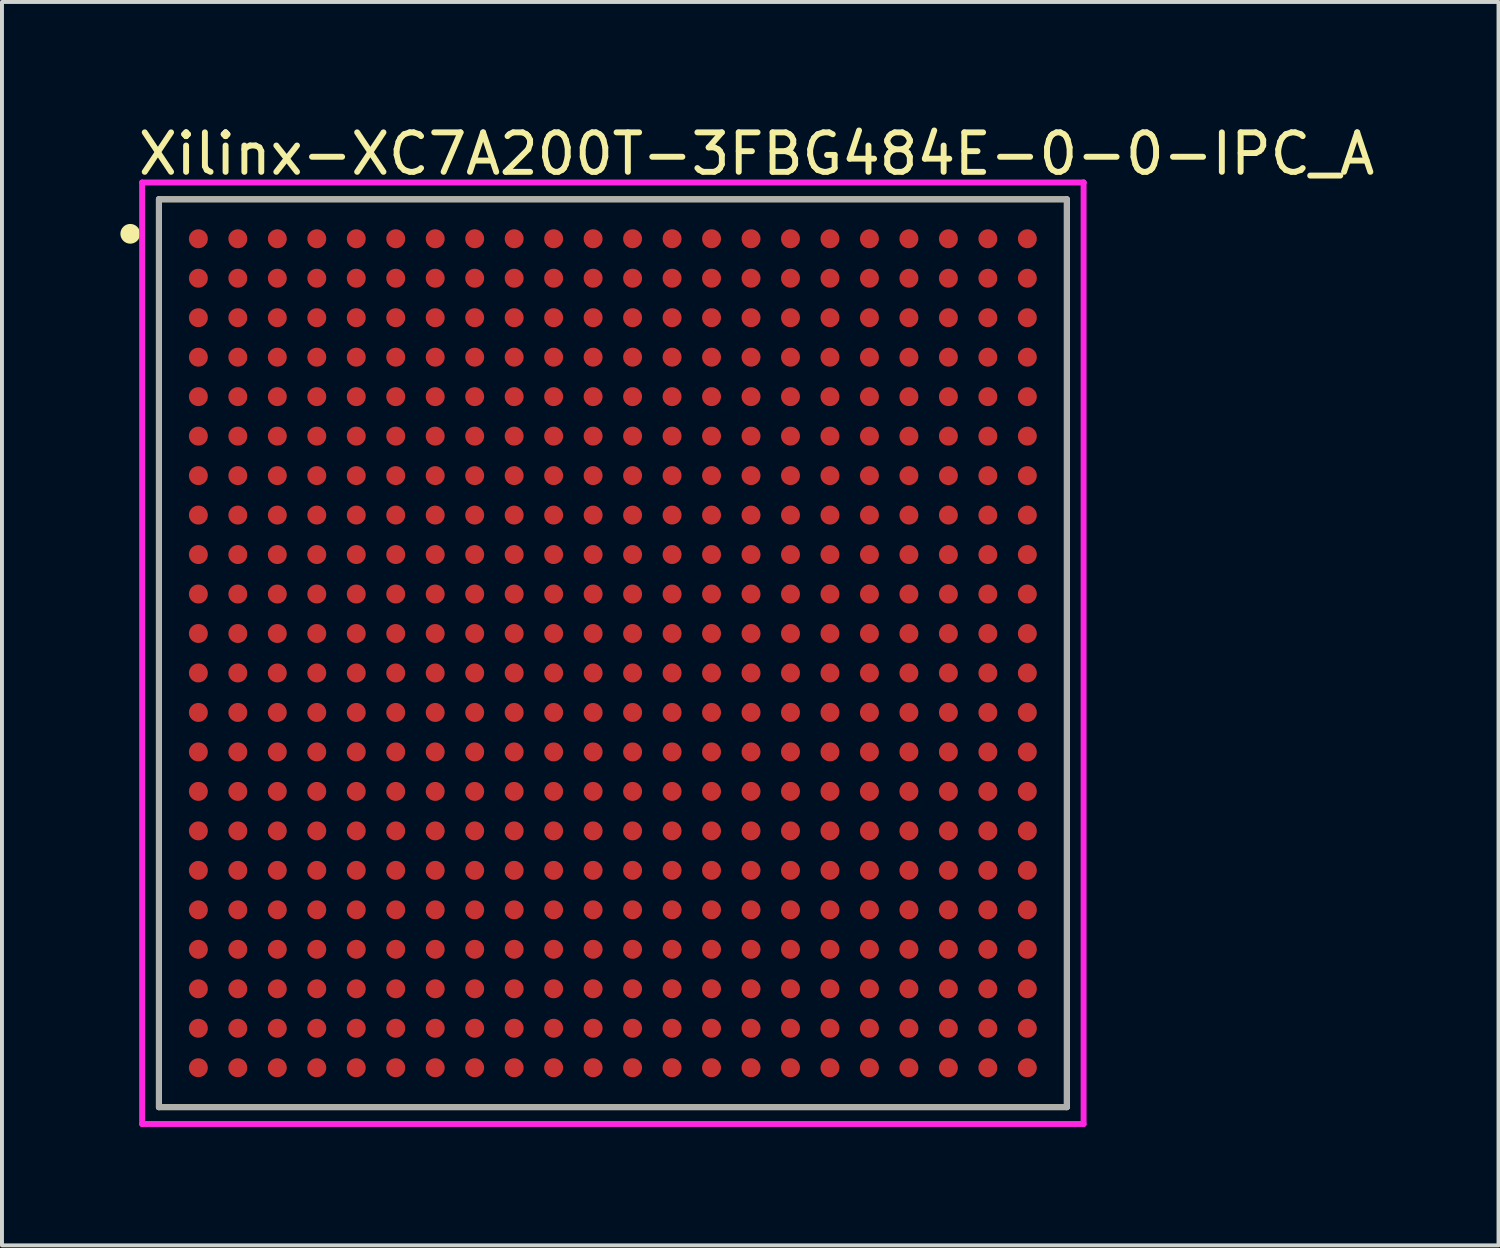
<source format=kicad_pcb>
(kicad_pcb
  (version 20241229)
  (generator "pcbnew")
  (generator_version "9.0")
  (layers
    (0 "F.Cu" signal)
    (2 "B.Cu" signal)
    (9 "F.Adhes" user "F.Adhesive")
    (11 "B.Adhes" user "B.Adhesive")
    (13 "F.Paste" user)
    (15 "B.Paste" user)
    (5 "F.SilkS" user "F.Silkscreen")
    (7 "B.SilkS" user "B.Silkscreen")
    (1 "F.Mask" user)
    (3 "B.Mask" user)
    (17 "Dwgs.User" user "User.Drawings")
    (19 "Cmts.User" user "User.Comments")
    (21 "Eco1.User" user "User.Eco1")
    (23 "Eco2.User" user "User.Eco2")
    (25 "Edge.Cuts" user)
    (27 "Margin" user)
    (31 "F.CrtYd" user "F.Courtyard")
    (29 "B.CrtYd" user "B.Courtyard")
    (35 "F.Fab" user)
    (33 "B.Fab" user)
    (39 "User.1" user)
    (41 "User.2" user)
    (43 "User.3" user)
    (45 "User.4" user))
  (footprint "Xilinx-XC7A200T-3FBG484E-0-0-IPC_A"
    (layer "F.Cu")
    (at 12.475 13.498)
    (property "Reference" "Xilinx-XC7A200T-3FBG484E-0-0-IPC_A" (at -12.1 -12.65 0) (layer "F.SilkS") (effects (font (size 1 1) (thickness 0.15)) (justify left)))
    (attr through_hole)
    (fp_line (start -11.5 -11.5) (end 11.5 -11.5) (stroke (width 0.15) (type solid)) (layer "F.SilkS"))
    (fp_line (start -11.5 11.5) (end -11.5 -11.5) (stroke (width 0.15) (type solid)) (layer "F.SilkS"))
    (fp_line (start 11.5 -11.5) (end 11.5 11.5) (stroke (width 0.15) (type solid)) (layer "F.SilkS"))
    (fp_line (start 11.5 11.5) (end -11.5 11.5) (stroke (width 0.15) (type solid)) (layer "F.SilkS"))
    (fp_circle (center -12.225 -10.625) (end -12.1 -10.625) (stroke (width 0.25) (type solid)) (fill no) (layer "F.SilkS"))
    (fp_line (start -11.925 -11.925) (end -11.925 11.925) (stroke (width 0.15) (type solid)) (layer "F.CrtYd"))
    (fp_line (start -11.925 11.925) (end 11.925 11.925) (stroke (width 0.15) (type solid)) (layer "F.CrtYd"))
    (fp_line (start 11.925 -11.925) (end -11.925 -11.925) (stroke (width 0.15) (type solid)) (layer "F.CrtYd"))
    (fp_line (start 11.925 -11.925) (end 11.925 -11.925) (stroke (width 0.15) (type solid)) (layer "F.CrtYd"))
    (fp_line (start 11.925 11.925) (end 11.925 -11.925) (stroke (width 0.15) (type solid)) (layer "F.CrtYd"))
    (fp_line (start -11.5 -11.5) (end 11.5 -11.5) (stroke (width 0.15) (type solid)) (layer "F.Fab"))
    (fp_line (start -11.5 11.5) (end -11.5 -11.5) (stroke (width 0.15) (type solid)) (layer "F.Fab"))
    (fp_line (start 11.5 -11.5) (end 11.5 11.5) (stroke (width 0.15) (type solid)) (layer "F.Fab"))
    (fp_line (start 11.5 11.5) (end -11.5 11.5) (stroke (width 0.15) (type solid)) (layer "F.Fab"))
    (pad "A1" smd circle (at -10.5 -10.5) (size 0.48 0.48) (layers "F.Cu" "F.Mask" "F.Paste"))
    (pad "A2" smd circle (at -9.5 -10.5) (size 0.48 0.48) (layers "F.Cu" "F.Mask" "F.Paste"))
    (pad "A3" smd circle (at -8.5 -10.5) (size 0.48 0.48) (layers "F.Cu" "F.Mask" "F.Paste"))
    (pad "A4" smd circle (at -7.5 -10.5) (size 0.48 0.48) (layers "F.Cu" "F.Mask" "F.Paste"))
    (pad "A5" smd circle (at -6.5 -10.5) (size 0.48 0.48) (layers "F.Cu" "F.Mask" "F.Paste"))
    (pad "A6" smd circle (at -5.5 -10.5) (size 0.48 0.48) (layers "F.Cu" "F.Mask" "F.Paste"))
    (pad "A7" smd circle (at -4.5 -10.5) (size 0.48 0.48) (layers "F.Cu" "F.Mask" "F.Paste"))
    (pad "A8" smd circle (at -3.5 -10.5) (size 0.48 0.48) (layers "F.Cu" "F.Mask" "F.Paste"))
    (pad "A9" smd circle (at -2.5 -10.5) (size 0.48 0.48) (layers "F.Cu" "F.Mask" "F.Paste"))
    (pad "A10" smd circle (at -1.5 -10.5) (size 0.48 0.48) (layers "F.Cu" "F.Mask" "F.Paste"))
    (pad "A11" smd circle (at -0.5 -10.5) (size 0.48 0.48) (layers "F.Cu" "F.Mask" "F.Paste"))
    (pad "A12" smd circle (at 0.5 -10.5) (size 0.48 0.48) (layers "F.Cu" "F.Mask" "F.Paste"))
    (pad "A13" smd circle (at 1.5 -10.5) (size 0.48 0.48) (layers "F.Cu" "F.Mask" "F.Paste"))
    (pad "A14" smd circle (at 2.5 -10.5) (size 0.48 0.48) (layers "F.Cu" "F.Mask" "F.Paste"))
    (pad "A15" smd circle (at 3.5 -10.5) (size 0.48 0.48) (layers "F.Cu" "F.Mask" "F.Paste"))
    (pad "A16" smd circle (at 4.5 -10.5) (size 0.48 0.48) (layers "F.Cu" "F.Mask" "F.Paste"))
    (pad "A17" smd circle (at 5.5 -10.5) (size 0.48 0.48) (layers "F.Cu" "F.Mask" "F.Paste"))
    (pad "A18" smd circle (at 6.5 -10.5) (size 0.48 0.48) (layers "F.Cu" "F.Mask" "F.Paste"))
    (pad "A19" smd circle (at 7.5 -10.5) (size 0.48 0.48) (layers "F.Cu" "F.Mask" "F.Paste"))
    (pad "A20" smd circle (at 8.5 -10.5) (size 0.48 0.48) (layers "F.Cu" "F.Mask" "F.Paste"))
    (pad "A21" smd circle (at 9.5 -10.5) (size 0.48 0.48) (layers "F.Cu" "F.Mask" "F.Paste"))
    (pad "A22" smd circle (at 10.5 -10.5) (size 0.48 0.48) (layers "F.Cu" "F.Mask" "F.Paste"))
    (pad "AA1" smd circle (at -10.5 9.5) (size 0.48 0.48) (layers "F.Cu" "F.Mask" "F.Paste"))
    (pad "AA2" smd circle (at -9.5 9.5) (size 0.48 0.48) (layers "F.Cu" "F.Mask" "F.Paste"))
    (pad "AA3" smd circle (at -8.5 9.5) (size 0.48 0.48) (layers "F.Cu" "F.Mask" "F.Paste"))
    (pad "AA4" smd circle (at -7.5 9.5) (size 0.48 0.48) (layers "F.Cu" "F.Mask" "F.Paste"))
    (pad "AA5" smd circle (at -6.5 9.5) (size 0.48 0.48) (layers "F.Cu" "F.Mask" "F.Paste"))
    (pad "AA6" smd circle (at -5.5 9.5) (size 0.48 0.48) (layers "F.Cu" "F.Mask" "F.Paste"))
    (pad "AA7" smd circle (at -4.5 9.5) (size 0.48 0.48) (layers "F.Cu" "F.Mask" "F.Paste"))
    (pad "AA8" smd circle (at -3.5 9.5) (size 0.48 0.48) (layers "F.Cu" "F.Mask" "F.Paste"))
    (pad "AA9" smd circle (at -2.5 9.5) (size 0.48 0.48) (layers "F.Cu" "F.Mask" "F.Paste"))
    (pad "AA10" smd circle (at -1.5 9.5) (size 0.48 0.48) (layers "F.Cu" "F.Mask" "F.Paste"))
    (pad "AA11" smd circle (at -0.5 9.5) (size 0.48 0.48) (layers "F.Cu" "F.Mask" "F.Paste"))
    (pad "AA12" smd circle (at 0.5 9.5) (size 0.48 0.48) (layers "F.Cu" "F.Mask" "F.Paste"))
    (pad "AA13" smd circle (at 1.5 9.5) (size 0.48 0.48) (layers "F.Cu" "F.Mask" "F.Paste"))
    (pad "AA14" smd circle (at 2.5 9.5) (size 0.48 0.48) (layers "F.Cu" "F.Mask" "F.Paste"))
    (pad "AA15" smd circle (at 3.5 9.5) (size 0.48 0.48) (layers "F.Cu" "F.Mask" "F.Paste"))
    (pad "AA16" smd circle (at 4.5 9.5) (size 0.48 0.48) (layers "F.Cu" "F.Mask" "F.Paste"))
    (pad "AA17" smd circle (at 5.5 9.5) (size 0.48 0.48) (layers "F.Cu" "F.Mask" "F.Paste"))
    (pad "AA18" smd circle (at 6.5 9.5) (size 0.48 0.48) (layers "F.Cu" "F.Mask" "F.Paste"))
    (pad "AA19" smd circle (at 7.5 9.5) (size 0.48 0.48) (layers "F.Cu" "F.Mask" "F.Paste"))
    (pad "AA20" smd circle (at 8.5 9.5) (size 0.48 0.48) (layers "F.Cu" "F.Mask" "F.Paste"))
    (pad "AA21" smd circle (at 9.5 9.5) (size 0.48 0.48) (layers "F.Cu" "F.Mask" "F.Paste"))
    (pad "AA22" smd circle (at 10.5 9.5) (size 0.48 0.48) (layers "F.Cu" "F.Mask" "F.Paste"))
    (pad "AB1" smd circle (at -10.5 10.5) (size 0.48 0.48) (layers "F.Cu" "F.Mask" "F.Paste"))
    (pad "AB2" smd circle (at -9.5 10.5) (size 0.48 0.48) (layers "F.Cu" "F.Mask" "F.Paste"))
    (pad "AB3" smd circle (at -8.5 10.5) (size 0.48 0.48) (layers "F.Cu" "F.Mask" "F.Paste"))
    (pad "AB4" smd circle (at -7.5 10.5) (size 0.48 0.48) (layers "F.Cu" "F.Mask" "F.Paste"))
    (pad "AB5" smd circle (at -6.5 10.5) (size 0.48 0.48) (layers "F.Cu" "F.Mask" "F.Paste"))
    (pad "AB6" smd circle (at -5.5 10.5) (size 0.48 0.48) (layers "F.Cu" "F.Mask" "F.Paste"))
    (pad "AB7" smd circle (at -4.5 10.5) (size 0.48 0.48) (layers "F.Cu" "F.Mask" "F.Paste"))
    (pad "AB8" smd circle (at -3.5 10.5) (size 0.48 0.48) (layers "F.Cu" "F.Mask" "F.Paste"))
    (pad "AB9" smd circle (at -2.5 10.5) (size 0.48 0.48) (layers "F.Cu" "F.Mask" "F.Paste"))
    (pad "AB10" smd circle (at -1.5 10.5) (size 0.48 0.48) (layers "F.Cu" "F.Mask" "F.Paste"))
    (pad "AB11" smd circle (at -0.5 10.5) (size 0.48 0.48) (layers "F.Cu" "F.Mask" "F.Paste"))
    (pad "AB12" smd circle (at 0.5 10.5) (size 0.48 0.48) (layers "F.Cu" "F.Mask" "F.Paste"))
    (pad "AB13" smd circle (at 1.5 10.5) (size 0.48 0.48) (layers "F.Cu" "F.Mask" "F.Paste"))
    (pad "AB14" smd circle (at 2.5 10.5) (size 0.48 0.48) (layers "F.Cu" "F.Mask" "F.Paste"))
    (pad "AB15" smd circle (at 3.5 10.5) (size 0.48 0.48) (layers "F.Cu" "F.Mask" "F.Paste"))
    (pad "AB16" smd circle (at 4.5 10.5) (size 0.48 0.48) (layers "F.Cu" "F.Mask" "F.Paste"))
    (pad "AB17" smd circle (at 5.5 10.5) (size 0.48 0.48) (layers "F.Cu" "F.Mask" "F.Paste"))
    (pad "AB18" smd circle (at 6.5 10.5) (size 0.48 0.48) (layers "F.Cu" "F.Mask" "F.Paste"))
    (pad "AB19" smd circle (at 7.5 10.5) (size 0.48 0.48) (layers "F.Cu" "F.Mask" "F.Paste"))
    (pad "AB20" smd circle (at 8.5 10.5) (size 0.48 0.48) (layers "F.Cu" "F.Mask" "F.Paste"))
    (pad "AB21" smd circle (at 9.5 10.5) (size 0.48 0.48) (layers "F.Cu" "F.Mask" "F.Paste"))
    (pad "AB22" smd circle (at 10.5 10.5) (size 0.48 0.48) (layers "F.Cu" "F.Mask" "F.Paste"))
    (pad "B1" smd circle (at -10.5 -9.5) (size 0.48 0.48) (layers "F.Cu" "F.Mask" "F.Paste"))
    (pad "B2" smd circle (at -9.5 -9.5) (size 0.48 0.48) (layers "F.Cu" "F.Mask" "F.Paste"))
    (pad "B3" smd circle (at -8.5 -9.5) (size 0.48 0.48) (layers "F.Cu" "F.Mask" "F.Paste"))
    (pad "B4" smd circle (at -7.5 -9.5) (size 0.48 0.48) (layers "F.Cu" "F.Mask" "F.Paste"))
    (pad "B5" smd circle (at -6.5 -9.5) (size 0.48 0.48) (layers "F.Cu" "F.Mask" "F.Paste"))
    (pad "B6" smd circle (at -5.5 -9.5) (size 0.48 0.48) (layers "F.Cu" "F.Mask" "F.Paste"))
    (pad "B7" smd circle (at -4.5 -9.5) (size 0.48 0.48) (layers "F.Cu" "F.Mask" "F.Paste"))
    (pad "B8" smd circle (at -3.5 -9.5) (size 0.48 0.48) (layers "F.Cu" "F.Mask" "F.Paste"))
    (pad "B9" smd circle (at -2.5 -9.5) (size 0.48 0.48) (layers "F.Cu" "F.Mask" "F.Paste"))
    (pad "B10" smd circle (at -1.5 -9.5) (size 0.48 0.48) (layers "F.Cu" "F.Mask" "F.Paste"))
    (pad "B11" smd circle (at -0.5 -9.5) (size 0.48 0.48) (layers "F.Cu" "F.Mask" "F.Paste"))
    (pad "B12" smd circle (at 0.5 -9.5) (size 0.48 0.48) (layers "F.Cu" "F.Mask" "F.Paste"))
    (pad "B13" smd circle (at 1.5 -9.5) (size 0.48 0.48) (layers "F.Cu" "F.Mask" "F.Paste"))
    (pad "B14" smd circle (at 2.5 -9.5) (size 0.48 0.48) (layers "F.Cu" "F.Mask" "F.Paste"))
    (pad "B15" smd circle (at 3.5 -9.5) (size 0.48 0.48) (layers "F.Cu" "F.Mask" "F.Paste"))
    (pad "B16" smd circle (at 4.5 -9.5) (size 0.48 0.48) (layers "F.Cu" "F.Mask" "F.Paste"))
    (pad "B17" smd circle (at 5.5 -9.5) (size 0.48 0.48) (layers "F.Cu" "F.Mask" "F.Paste"))
    (pad "B18" smd circle (at 6.5 -9.5) (size 0.48 0.48) (layers "F.Cu" "F.Mask" "F.Paste"))
    (pad "B19" smd circle (at 7.5 -9.5) (size 0.48 0.48) (layers "F.Cu" "F.Mask" "F.Paste"))
    (pad "B20" smd circle (at 8.5 -9.5) (size 0.48 0.48) (layers "F.Cu" "F.Mask" "F.Paste"))
    (pad "B21" smd circle (at 9.5 -9.5) (size 0.48 0.48) (layers "F.Cu" "F.Mask" "F.Paste"))
    (pad "B22" smd circle (at 10.5 -9.5) (size 0.48 0.48) (layers "F.Cu" "F.Mask" "F.Paste"))
    (pad "C1" smd circle (at -10.5 -8.5) (size 0.48 0.48) (layers "F.Cu" "F.Mask" "F.Paste"))
    (pad "C2" smd circle (at -9.5 -8.5) (size 0.48 0.48) (layers "F.Cu" "F.Mask" "F.Paste"))
    (pad "C3" smd circle (at -8.5 -8.5) (size 0.48 0.48) (layers "F.Cu" "F.Mask" "F.Paste"))
    (pad "C4" smd circle (at -7.5 -8.5) (size 0.48 0.48) (layers "F.Cu" "F.Mask" "F.Paste"))
    (pad "C5" smd circle (at -6.5 -8.5) (size 0.48 0.48) (layers "F.Cu" "F.Mask" "F.Paste"))
    (pad "C6" smd circle (at -5.5 -8.5) (size 0.48 0.48) (layers "F.Cu" "F.Mask" "F.Paste"))
    (pad "C7" smd circle (at -4.5 -8.5) (size 0.48 0.48) (layers "F.Cu" "F.Mask" "F.Paste"))
    (pad "C8" smd circle (at -3.5 -8.5) (size 0.48 0.48) (layers "F.Cu" "F.Mask" "F.Paste"))
    (pad "C9" smd circle (at -2.5 -8.5) (size 0.48 0.48) (layers "F.Cu" "F.Mask" "F.Paste"))
    (pad "C10" smd circle (at -1.5 -8.5) (size 0.48 0.48) (layers "F.Cu" "F.Mask" "F.Paste"))
    (pad "C11" smd circle (at -0.5 -8.5) (size 0.48 0.48) (layers "F.Cu" "F.Mask" "F.Paste"))
    (pad "C12" smd circle (at 0.5 -8.5) (size 0.48 0.48) (layers "F.Cu" "F.Mask" "F.Paste"))
    (pad "C13" smd circle (at 1.5 -8.5) (size 0.48 0.48) (layers "F.Cu" "F.Mask" "F.Paste"))
    (pad "C14" smd circle (at 2.5 -8.5) (size 0.48 0.48) (layers "F.Cu" "F.Mask" "F.Paste"))
    (pad "C15" smd circle (at 3.5 -8.5) (size 0.48 0.48) (layers "F.Cu" "F.Mask" "F.Paste"))
    (pad "C16" smd circle (at 4.5 -8.5) (size 0.48 0.48) (layers "F.Cu" "F.Mask" "F.Paste"))
    (pad "C17" smd circle (at 5.5 -8.5) (size 0.48 0.48) (layers "F.Cu" "F.Mask" "F.Paste"))
    (pad "C18" smd circle (at 6.5 -8.5) (size 0.48 0.48) (layers "F.Cu" "F.Mask" "F.Paste"))
    (pad "C19" smd circle (at 7.5 -8.5) (size 0.48 0.48) (layers "F.Cu" "F.Mask" "F.Paste"))
    (pad "C20" smd circle (at 8.5 -8.5) (size 0.48 0.48) (layers "F.Cu" "F.Mask" "F.Paste"))
    (pad "C21" smd circle (at 9.5 -8.5) (size 0.48 0.48) (layers "F.Cu" "F.Mask" "F.Paste"))
    (pad "C22" smd circle (at 10.5 -8.5) (size 0.48 0.48) (layers "F.Cu" "F.Mask" "F.Paste"))
    (pad "D1" smd circle (at -10.5 -7.5) (size 0.48 0.48) (layers "F.Cu" "F.Mask" "F.Paste"))
    (pad "D2" smd circle (at -9.5 -7.5) (size 0.48 0.48) (layers "F.Cu" "F.Mask" "F.Paste"))
    (pad "D3" smd circle (at -8.5 -7.5) (size 0.48 0.48) (layers "F.Cu" "F.Mask" "F.Paste"))
    (pad "D4" smd circle (at -7.5 -7.5) (size 0.48 0.48) (layers "F.Cu" "F.Mask" "F.Paste"))
    (pad "D5" smd circle (at -6.5 -7.5) (size 0.48 0.48) (layers "F.Cu" "F.Mask" "F.Paste"))
    (pad "D6" smd circle (at -5.5 -7.5) (size 0.48 0.48) (layers "F.Cu" "F.Mask" "F.Paste"))
    (pad "D7" smd circle (at -4.5 -7.5) (size 0.48 0.48) (layers "F.Cu" "F.Mask" "F.Paste"))
    (pad "D8" smd circle (at -3.5 -7.5) (size 0.48 0.48) (layers "F.Cu" "F.Mask" "F.Paste"))
    (pad "D9" smd circle (at -2.5 -7.5) (size 0.48 0.48) (layers "F.Cu" "F.Mask" "F.Paste"))
    (pad "D10" smd circle (at -1.5 -7.5) (size 0.48 0.48) (layers "F.Cu" "F.Mask" "F.Paste"))
    (pad "D11" smd circle (at -0.5 -7.5) (size 0.48 0.48) (layers "F.Cu" "F.Mask" "F.Paste"))
    (pad "D12" smd circle (at 0.5 -7.5) (size 0.48 0.48) (layers "F.Cu" "F.Mask" "F.Paste"))
    (pad "D13" smd circle (at 1.5 -7.5) (size 0.48 0.48) (layers "F.Cu" "F.Mask" "F.Paste"))
    (pad "D14" smd circle (at 2.5 -7.5) (size 0.48 0.48) (layers "F.Cu" "F.Mask" "F.Paste"))
    (pad "D15" smd circle (at 3.5 -7.5) (size 0.48 0.48) (layers "F.Cu" "F.Mask" "F.Paste"))
    (pad "D16" smd circle (at 4.5 -7.5) (size 0.48 0.48) (layers "F.Cu" "F.Mask" "F.Paste"))
    (pad "D17" smd circle (at 5.5 -7.5) (size 0.48 0.48) (layers "F.Cu" "F.Mask" "F.Paste"))
    (pad "D18" smd circle (at 6.5 -7.5) (size 0.48 0.48) (layers "F.Cu" "F.Mask" "F.Paste"))
    (pad "D19" smd circle (at 7.5 -7.5) (size 0.48 0.48) (layers "F.Cu" "F.Mask" "F.Paste"))
    (pad "D20" smd circle (at 8.5 -7.5) (size 0.48 0.48) (layers "F.Cu" "F.Mask" "F.Paste"))
    (pad "D21" smd circle (at 9.5 -7.5) (size 0.48 0.48) (layers "F.Cu" "F.Mask" "F.Paste"))
    (pad "D22" smd circle (at 10.5 -7.5) (size 0.48 0.48) (layers "F.Cu" "F.Mask" "F.Paste"))
    (pad "E1" smd circle (at -10.5 -6.5) (size 0.48 0.48) (layers "F.Cu" "F.Mask" "F.Paste"))
    (pad "E2" smd circle (at -9.5 -6.5) (size 0.48 0.48) (layers "F.Cu" "F.Mask" "F.Paste"))
    (pad "E3" smd circle (at -8.5 -6.5) (size 0.48 0.48) (layers "F.Cu" "F.Mask" "F.Paste"))
    (pad "E4" smd circle (at -7.5 -6.5) (size 0.48 0.48) (layers "F.Cu" "F.Mask" "F.Paste"))
    (pad "E5" smd circle (at -6.5 -6.5) (size 0.48 0.48) (layers "F.Cu" "F.Mask" "F.Paste"))
    (pad "E6" smd circle (at -5.5 -6.5) (size 0.48 0.48) (layers "F.Cu" "F.Mask" "F.Paste"))
    (pad "E7" smd circle (at -4.5 -6.5) (size 0.48 0.48) (layers "F.Cu" "F.Mask" "F.Paste"))
    (pad "E8" smd circle (at -3.5 -6.5) (size 0.48 0.48) (layers "F.Cu" "F.Mask" "F.Paste"))
    (pad "E9" smd circle (at -2.5 -6.5) (size 0.48 0.48) (layers "F.Cu" "F.Mask" "F.Paste"))
    (pad "E10" smd circle (at -1.5 -6.5) (size 0.48 0.48) (layers "F.Cu" "F.Mask" "F.Paste"))
    (pad "E11" smd circle (at -0.5 -6.5) (size 0.48 0.48) (layers "F.Cu" "F.Mask" "F.Paste"))
    (pad "E12" smd circle (at 0.5 -6.5) (size 0.48 0.48) (layers "F.Cu" "F.Mask" "F.Paste"))
    (pad "E13" smd circle (at 1.5 -6.5) (size 0.48 0.48) (layers "F.Cu" "F.Mask" "F.Paste"))
    (pad "E14" smd circle (at 2.5 -6.5) (size 0.48 0.48) (layers "F.Cu" "F.Mask" "F.Paste"))
    (pad "E15" smd circle (at 3.5 -6.5) (size 0.48 0.48) (layers "F.Cu" "F.Mask" "F.Paste"))
    (pad "E16" smd circle (at 4.5 -6.5) (size 0.48 0.48) (layers "F.Cu" "F.Mask" "F.Paste"))
    (pad "E17" smd circle (at 5.5 -6.5) (size 0.48 0.48) (layers "F.Cu" "F.Mask" "F.Paste"))
    (pad "E18" smd circle (at 6.5 -6.5) (size 0.48 0.48) (layers "F.Cu" "F.Mask" "F.Paste"))
    (pad "E19" smd circle (at 7.5 -6.5) (size 0.48 0.48) (layers "F.Cu" "F.Mask" "F.Paste"))
    (pad "E20" smd circle (at 8.5 -6.5) (size 0.48 0.48) (layers "F.Cu" "F.Mask" "F.Paste"))
    (pad "E21" smd circle (at 9.5 -6.5) (size 0.48 0.48) (layers "F.Cu" "F.Mask" "F.Paste"))
    (pad "E22" smd circle (at 10.5 -6.5) (size 0.48 0.48) (layers "F.Cu" "F.Mask" "F.Paste"))
    (pad "F1" smd circle (at -10.5 -5.5) (size 0.48 0.48) (layers "F.Cu" "F.Mask" "F.Paste"))
    (pad "F2" smd circle (at -9.5 -5.5) (size 0.48 0.48) (layers "F.Cu" "F.Mask" "F.Paste"))
    (pad "F3" smd circle (at -8.5 -5.5) (size 0.48 0.48) (layers "F.Cu" "F.Mask" "F.Paste"))
    (pad "F4" smd circle (at -7.5 -5.5) (size 0.48 0.48) (layers "F.Cu" "F.Mask" "F.Paste"))
    (pad "F5" smd circle (at -6.5 -5.5) (size 0.48 0.48) (layers "F.Cu" "F.Mask" "F.Paste"))
    (pad "F6" smd circle (at -5.5 -5.5) (size 0.48 0.48) (layers "F.Cu" "F.Mask" "F.Paste"))
    (pad "F7" smd circle (at -4.5 -5.5) (size 0.48 0.48) (layers "F.Cu" "F.Mask" "F.Paste"))
    (pad "F8" smd circle (at -3.5 -5.5) (size 0.48 0.48) (layers "F.Cu" "F.Mask" "F.Paste"))
    (pad "F9" smd circle (at -2.5 -5.5) (size 0.48 0.48) (layers "F.Cu" "F.Mask" "F.Paste"))
    (pad "F10" smd circle (at -1.5 -5.5) (size 0.48 0.48) (layers "F.Cu" "F.Mask" "F.Paste"))
    (pad "F11" smd circle (at -0.5 -5.5) (size 0.48 0.48) (layers "F.Cu" "F.Mask" "F.Paste"))
    (pad "F12" smd circle (at 0.5 -5.5) (size 0.48 0.48) (layers "F.Cu" "F.Mask" "F.Paste"))
    (pad "F13" smd circle (at 1.5 -5.5) (size 0.48 0.48) (layers "F.Cu" "F.Mask" "F.Paste"))
    (pad "F14" smd circle (at 2.5 -5.5) (size 0.48 0.48) (layers "F.Cu" "F.Mask" "F.Paste"))
    (pad "F15" smd circle (at 3.5 -5.5) (size 0.48 0.48) (layers "F.Cu" "F.Mask" "F.Paste"))
    (pad "F16" smd circle (at 4.5 -5.5) (size 0.48 0.48) (layers "F.Cu" "F.Mask" "F.Paste"))
    (pad "F17" smd circle (at 5.5 -5.5) (size 0.48 0.48) (layers "F.Cu" "F.Mask" "F.Paste"))
    (pad "F18" smd circle (at 6.5 -5.5) (size 0.48 0.48) (layers "F.Cu" "F.Mask" "F.Paste"))
    (pad "F19" smd circle (at 7.5 -5.5) (size 0.48 0.48) (layers "F.Cu" "F.Mask" "F.Paste"))
    (pad "F20" smd circle (at 8.5 -5.5) (size 0.48 0.48) (layers "F.Cu" "F.Mask" "F.Paste"))
    (pad "F21" smd circle (at 9.5 -5.5) (size 0.48 0.48) (layers "F.Cu" "F.Mask" "F.Paste"))
    (pad "F22" smd circle (at 10.5 -5.5) (size 0.48 0.48) (layers "F.Cu" "F.Mask" "F.Paste"))
    (pad "G1" smd circle (at -10.5 -4.5) (size 0.48 0.48) (layers "F.Cu" "F.Mask" "F.Paste"))
    (pad "G2" smd circle (at -9.5 -4.5) (size 0.48 0.48) (layers "F.Cu" "F.Mask" "F.Paste"))
    (pad "G3" smd circle (at -8.5 -4.5) (size 0.48 0.48) (layers "F.Cu" "F.Mask" "F.Paste"))
    (pad "G4" smd circle (at -7.5 -4.5) (size 0.48 0.48) (layers "F.Cu" "F.Mask" "F.Paste"))
    (pad "G5" smd circle (at -6.5 -4.5) (size 0.48 0.48) (layers "F.Cu" "F.Mask" "F.Paste"))
    (pad "G6" smd circle (at -5.5 -4.5) (size 0.48 0.48) (layers "F.Cu" "F.Mask" "F.Paste"))
    (pad "G7" smd circle (at -4.5 -4.5) (size 0.48 0.48) (layers "F.Cu" "F.Mask" "F.Paste"))
    (pad "G8" smd circle (at -3.5 -4.5) (size 0.48 0.48) (layers "F.Cu" "F.Mask" "F.Paste"))
    (pad "G9" smd circle (at -2.5 -4.5) (size 0.48 0.48) (layers "F.Cu" "F.Mask" "F.Paste"))
    (pad "G10" smd circle (at -1.5 -4.5) (size 0.48 0.48) (layers "F.Cu" "F.Mask" "F.Paste"))
    (pad "G11" smd circle (at -0.5 -4.5) (size 0.48 0.48) (layers "F.Cu" "F.Mask" "F.Paste"))
    (pad "G12" smd circle (at 0.5 -4.5) (size 0.48 0.48) (layers "F.Cu" "F.Mask" "F.Paste"))
    (pad "G13" smd circle (at 1.5 -4.5) (size 0.48 0.48) (layers "F.Cu" "F.Mask" "F.Paste"))
    (pad "G14" smd circle (at 2.5 -4.5) (size 0.48 0.48) (layers "F.Cu" "F.Mask" "F.Paste"))
    (pad "G15" smd circle (at 3.5 -4.5) (size 0.48 0.48) (layers "F.Cu" "F.Mask" "F.Paste"))
    (pad "G16" smd circle (at 4.5 -4.5) (size 0.48 0.48) (layers "F.Cu" "F.Mask" "F.Paste"))
    (pad "G17" smd circle (at 5.5 -4.5) (size 0.48 0.48) (layers "F.Cu" "F.Mask" "F.Paste"))
    (pad "G18" smd circle (at 6.5 -4.5) (size 0.48 0.48) (layers "F.Cu" "F.Mask" "F.Paste"))
    (pad "G19" smd circle (at 7.5 -4.5) (size 0.48 0.48) (layers "F.Cu" "F.Mask" "F.Paste"))
    (pad "G20" smd circle (at 8.5 -4.5) (size 0.48 0.48) (layers "F.Cu" "F.Mask" "F.Paste"))
    (pad "G21" smd circle (at 9.5 -4.5) (size 0.48 0.48) (layers "F.Cu" "F.Mask" "F.Paste"))
    (pad "G22" smd circle (at 10.5 -4.5) (size 0.48 0.48) (layers "F.Cu" "F.Mask" "F.Paste"))
    (pad "H1" smd circle (at -10.5 -3.5) (size 0.48 0.48) (layers "F.Cu" "F.Mask" "F.Paste"))
    (pad "H2" smd circle (at -9.5 -3.5) (size 0.48 0.48) (layers "F.Cu" "F.Mask" "F.Paste"))
    (pad "H3" smd circle (at -8.5 -3.5) (size 0.48 0.48) (layers "F.Cu" "F.Mask" "F.Paste"))
    (pad "H4" smd circle (at -7.5 -3.5) (size 0.48 0.48) (layers "F.Cu" "F.Mask" "F.Paste"))
    (pad "H5" smd circle (at -6.5 -3.5) (size 0.48 0.48) (layers "F.Cu" "F.Mask" "F.Paste"))
    (pad "H6" smd circle (at -5.5 -3.5) (size 0.48 0.48) (layers "F.Cu" "F.Mask" "F.Paste"))
    (pad "H7" smd circle (at -4.5 -3.5) (size 0.48 0.48) (layers "F.Cu" "F.Mask" "F.Paste"))
    (pad "H8" smd circle (at -3.5 -3.5) (size 0.48 0.48) (layers "F.Cu" "F.Mask" "F.Paste"))
    (pad "H9" smd circle (at -2.5 -3.5) (size 0.48 0.48) (layers "F.Cu" "F.Mask" "F.Paste"))
    (pad "H10" smd circle (at -1.5 -3.5) (size 0.48 0.48) (layers "F.Cu" "F.Mask" "F.Paste"))
    (pad "H11" smd circle (at -0.5 -3.5) (size 0.48 0.48) (layers "F.Cu" "F.Mask" "F.Paste"))
    (pad "H12" smd circle (at 0.5 -3.5) (size 0.48 0.48) (layers "F.Cu" "F.Mask" "F.Paste"))
    (pad "H13" smd circle (at 1.5 -3.5) (size 0.48 0.48) (layers "F.Cu" "F.Mask" "F.Paste"))
    (pad "H14" smd circle (at 2.5 -3.5) (size 0.48 0.48) (layers "F.Cu" "F.Mask" "F.Paste"))
    (pad "H15" smd circle (at 3.5 -3.5) (size 0.48 0.48) (layers "F.Cu" "F.Mask" "F.Paste"))
    (pad "H16" smd circle (at 4.5 -3.5) (size 0.48 0.48) (layers "F.Cu" "F.Mask" "F.Paste"))
    (pad "H17" smd circle (at 5.5 -3.5) (size 0.48 0.48) (layers "F.Cu" "F.Mask" "F.Paste"))
    (pad "H18" smd circle (at 6.5 -3.5) (size 0.48 0.48) (layers "F.Cu" "F.Mask" "F.Paste"))
    (pad "H19" smd circle (at 7.5 -3.5) (size 0.48 0.48) (layers "F.Cu" "F.Mask" "F.Paste"))
    (pad "H20" smd circle (at 8.5 -3.5) (size 0.48 0.48) (layers "F.Cu" "F.Mask" "F.Paste"))
    (pad "H21" smd circle (at 9.5 -3.5) (size 0.48 0.48) (layers "F.Cu" "F.Mask" "F.Paste"))
    (pad "H22" smd circle (at 10.5 -3.5) (size 0.48 0.48) (layers "F.Cu" "F.Mask" "F.Paste"))
    (pad "J1" smd circle (at -10.5 -2.5) (size 0.48 0.48) (layers "F.Cu" "F.Mask" "F.Paste"))
    (pad "J2" smd circle (at -9.5 -2.5) (size 0.48 0.48) (layers "F.Cu" "F.Mask" "F.Paste"))
    (pad "J3" smd circle (at -8.5 -2.5) (size 0.48 0.48) (layers "F.Cu" "F.Mask" "F.Paste"))
    (pad "J4" smd circle (at -7.5 -2.5) (size 0.48 0.48) (layers "F.Cu" "F.Mask" "F.Paste"))
    (pad "J5" smd circle (at -6.5 -2.5) (size 0.48 0.48) (layers "F.Cu" "F.Mask" "F.Paste"))
    (pad "J6" smd circle (at -5.5 -2.5) (size 0.48 0.48) (layers "F.Cu" "F.Mask" "F.Paste"))
    (pad "J7" smd circle (at -4.5 -2.5) (size 0.48 0.48) (layers "F.Cu" "F.Mask" "F.Paste"))
    (pad "J8" smd circle (at -3.5 -2.5) (size 0.48 0.48) (layers "F.Cu" "F.Mask" "F.Paste"))
    (pad "J9" smd circle (at -2.5 -2.5) (size 0.48 0.48) (layers "F.Cu" "F.Mask" "F.Paste"))
    (pad "J10" smd circle (at -1.5 -2.5) (size 0.48 0.48) (layers "F.Cu" "F.Mask" "F.Paste"))
    (pad "J11" smd circle (at -0.5 -2.5) (size 0.48 0.48) (layers "F.Cu" "F.Mask" "F.Paste"))
    (pad "J12" smd circle (at 0.5 -2.5) (size 0.48 0.48) (layers "F.Cu" "F.Mask" "F.Paste"))
    (pad "J13" smd circle (at 1.5 -2.5) (size 0.48 0.48) (layers "F.Cu" "F.Mask" "F.Paste"))
    (pad "J14" smd circle (at 2.5 -2.5) (size 0.48 0.48) (layers "F.Cu" "F.Mask" "F.Paste"))
    (pad "J15" smd circle (at 3.5 -2.5) (size 0.48 0.48) (layers "F.Cu" "F.Mask" "F.Paste"))
    (pad "J16" smd circle (at 4.5 -2.5) (size 0.48 0.48) (layers "F.Cu" "F.Mask" "F.Paste"))
    (pad "J17" smd circle (at 5.5 -2.5) (size 0.48 0.48) (layers "F.Cu" "F.Mask" "F.Paste"))
    (pad "J18" smd circle (at 6.5 -2.5) (size 0.48 0.48) (layers "F.Cu" "F.Mask" "F.Paste"))
    (pad "J19" smd circle (at 7.5 -2.5) (size 0.48 0.48) (layers "F.Cu" "F.Mask" "F.Paste"))
    (pad "J20" smd circle (at 8.5 -2.5) (size 0.48 0.48) (layers "F.Cu" "F.Mask" "F.Paste"))
    (pad "J21" smd circle (at 9.5 -2.5) (size 0.48 0.48) (layers "F.Cu" "F.Mask" "F.Paste"))
    (pad "J22" smd circle (at 10.5 -2.5) (size 0.48 0.48) (layers "F.Cu" "F.Mask" "F.Paste"))
    (pad "K1" smd circle (at -10.5 -1.5) (size 0.48 0.48) (layers "F.Cu" "F.Mask" "F.Paste"))
    (pad "K2" smd circle (at -9.5 -1.5) (size 0.48 0.48) (layers "F.Cu" "F.Mask" "F.Paste"))
    (pad "K3" smd circle (at -8.5 -1.5) (size 0.48 0.48) (layers "F.Cu" "F.Mask" "F.Paste"))
    (pad "K4" smd circle (at -7.5 -1.5) (size 0.48 0.48) (layers "F.Cu" "F.Mask" "F.Paste"))
    (pad "K5" smd circle (at -6.5 -1.5) (size 0.48 0.48) (layers "F.Cu" "F.Mask" "F.Paste"))
    (pad "K6" smd circle (at -5.5 -1.5) (size 0.48 0.48) (layers "F.Cu" "F.Mask" "F.Paste"))
    (pad "K7" smd circle (at -4.5 -1.5) (size 0.48 0.48) (layers "F.Cu" "F.Mask" "F.Paste"))
    (pad "K8" smd circle (at -3.5 -1.5) (size 0.48 0.48) (layers "F.Cu" "F.Mask" "F.Paste"))
    (pad "K9" smd circle (at -2.5 -1.5) (size 0.48 0.48) (layers "F.Cu" "F.Mask" "F.Paste"))
    (pad "K10" smd circle (at -1.5 -1.5) (size 0.48 0.48) (layers "F.Cu" "F.Mask" "F.Paste"))
    (pad "K11" smd circle (at -0.5 -1.5) (size 0.48 0.48) (layers "F.Cu" "F.Mask" "F.Paste"))
    (pad "K12" smd circle (at 0.5 -1.5) (size 0.48 0.48) (layers "F.Cu" "F.Mask" "F.Paste"))
    (pad "K13" smd circle (at 1.5 -1.5) (size 0.48 0.48) (layers "F.Cu" "F.Mask" "F.Paste"))
    (pad "K14" smd circle (at 2.5 -1.5) (size 0.48 0.48) (layers "F.Cu" "F.Mask" "F.Paste"))
    (pad "K15" smd circle (at 3.5 -1.5) (size 0.48 0.48) (layers "F.Cu" "F.Mask" "F.Paste"))
    (pad "K16" smd circle (at 4.5 -1.5) (size 0.48 0.48) (layers "F.Cu" "F.Mask" "F.Paste"))
    (pad "K17" smd circle (at 5.5 -1.5) (size 0.48 0.48) (layers "F.Cu" "F.Mask" "F.Paste"))
    (pad "K18" smd circle (at 6.5 -1.5) (size 0.48 0.48) (layers "F.Cu" "F.Mask" "F.Paste"))
    (pad "K19" smd circle (at 7.5 -1.5) (size 0.48 0.48) (layers "F.Cu" "F.Mask" "F.Paste"))
    (pad "K20" smd circle (at 8.5 -1.5) (size 0.48 0.48) (layers "F.Cu" "F.Mask" "F.Paste"))
    (pad "K21" smd circle (at 9.5 -1.5) (size 0.48 0.48) (layers "F.Cu" "F.Mask" "F.Paste"))
    (pad "K22" smd circle (at 10.5 -1.5) (size 0.48 0.48) (layers "F.Cu" "F.Mask" "F.Paste"))
    (pad "L1" smd circle (at -10.5 -0.5) (size 0.48 0.48) (layers "F.Cu" "F.Mask" "F.Paste"))
    (pad "L2" smd circle (at -9.5 -0.5) (size 0.48 0.48) (layers "F.Cu" "F.Mask" "F.Paste"))
    (pad "L3" smd circle (at -8.5 -0.5) (size 0.48 0.48) (layers "F.Cu" "F.Mask" "F.Paste"))
    (pad "L4" smd circle (at -7.5 -0.5) (size 0.48 0.48) (layers "F.Cu" "F.Mask" "F.Paste"))
    (pad "L5" smd circle (at -6.5 -0.5) (size 0.48 0.48) (layers "F.Cu" "F.Mask" "F.Paste"))
    (pad "L6" smd circle (at -5.5 -0.5) (size 0.48 0.48) (layers "F.Cu" "F.Mask" "F.Paste"))
    (pad "L7" smd circle (at -4.5 -0.5) (size 0.48 0.48) (layers "F.Cu" "F.Mask" "F.Paste"))
    (pad "L8" smd circle (at -3.5 -0.5) (size 0.48 0.48) (layers "F.Cu" "F.Mask" "F.Paste"))
    (pad "L9" smd circle (at -2.5 -0.5) (size 0.48 0.48) (layers "F.Cu" "F.Mask" "F.Paste"))
    (pad "L10" smd circle (at -1.5 -0.5) (size 0.48 0.48) (layers "F.Cu" "F.Mask" "F.Paste"))
    (pad "L11" smd circle (at -0.5 -0.5) (size 0.48 0.48) (layers "F.Cu" "F.Mask" "F.Paste"))
    (pad "L12" smd circle (at 0.5 -0.5) (size 0.48 0.48) (layers "F.Cu" "F.Mask" "F.Paste"))
    (pad "L13" smd circle (at 1.5 -0.5) (size 0.48 0.48) (layers "F.Cu" "F.Mask" "F.Paste"))
    (pad "L14" smd circle (at 2.5 -0.5) (size 0.48 0.48) (layers "F.Cu" "F.Mask" "F.Paste"))
    (pad "L15" smd circle (at 3.5 -0.5) (size 0.48 0.48) (layers "F.Cu" "F.Mask" "F.Paste"))
    (pad "L16" smd circle (at 4.5 -0.5) (size 0.48 0.48) (layers "F.Cu" "F.Mask" "F.Paste"))
    (pad "L17" smd circle (at 5.5 -0.5) (size 0.48 0.48) (layers "F.Cu" "F.Mask" "F.Paste"))
    (pad "L18" smd circle (at 6.5 -0.5) (size 0.48 0.48) (layers "F.Cu" "F.Mask" "F.Paste"))
    (pad "L19" smd circle (at 7.5 -0.5) (size 0.48 0.48) (layers "F.Cu" "F.Mask" "F.Paste"))
    (pad "L20" smd circle (at 8.5 -0.5) (size 0.48 0.48) (layers "F.Cu" "F.Mask" "F.Paste"))
    (pad "L21" smd circle (at 9.5 -0.5) (size 0.48 0.48) (layers "F.Cu" "F.Mask" "F.Paste"))
    (pad "L22" smd circle (at 10.5 -0.5) (size 0.48 0.48) (layers "F.Cu" "F.Mask" "F.Paste"))
    (pad "M1" smd circle (at -10.5 0.5) (size 0.48 0.48) (layers "F.Cu" "F.Mask" "F.Paste"))
    (pad "M2" smd circle (at -9.5 0.5) (size 0.48 0.48) (layers "F.Cu" "F.Mask" "F.Paste"))
    (pad "M3" smd circle (at -8.5 0.5) (size 0.48 0.48) (layers "F.Cu" "F.Mask" "F.Paste"))
    (pad "M4" smd circle (at -7.5 0.5) (size 0.48 0.48) (layers "F.Cu" "F.Mask" "F.Paste"))
    (pad "M5" smd circle (at -6.5 0.5) (size 0.48 0.48) (layers "F.Cu" "F.Mask" "F.Paste"))
    (pad "M6" smd circle (at -5.5 0.5) (size 0.48 0.48) (layers "F.Cu" "F.Mask" "F.Paste"))
    (pad "M7" smd circle (at -4.5 0.5) (size 0.48 0.48) (layers "F.Cu" "F.Mask" "F.Paste"))
    (pad "M8" smd circle (at -3.5 0.5) (size 0.48 0.48) (layers "F.Cu" "F.Mask" "F.Paste"))
    (pad "M9" smd circle (at -2.5 0.5) (size 0.48 0.48) (layers "F.Cu" "F.Mask" "F.Paste"))
    (pad "M10" smd circle (at -1.5 0.5) (size 0.48 0.48) (layers "F.Cu" "F.Mask" "F.Paste"))
    (pad "M11" smd circle (at -0.5 0.5) (size 0.48 0.48) (layers "F.Cu" "F.Mask" "F.Paste"))
    (pad "M12" smd circle (at 0.5 0.5) (size 0.48 0.48) (layers "F.Cu" "F.Mask" "F.Paste"))
    (pad "M13" smd circle (at 1.5 0.5) (size 0.48 0.48) (layers "F.Cu" "F.Mask" "F.Paste"))
    (pad "M14" smd circle (at 2.5 0.5) (size 0.48 0.48) (layers "F.Cu" "F.Mask" "F.Paste"))
    (pad "M15" smd circle (at 3.5 0.5) (size 0.48 0.48) (layers "F.Cu" "F.Mask" "F.Paste"))
    (pad "M16" smd circle (at 4.5 0.5) (size 0.48 0.48) (layers "F.Cu" "F.Mask" "F.Paste"))
    (pad "M17" smd circle (at 5.5 0.5) (size 0.48 0.48) (layers "F.Cu" "F.Mask" "F.Paste"))
    (pad "M18" smd circle (at 6.5 0.5) (size 0.48 0.48) (layers "F.Cu" "F.Mask" "F.Paste"))
    (pad "M19" smd circle (at 7.5 0.5) (size 0.48 0.48) (layers "F.Cu" "F.Mask" "F.Paste"))
    (pad "M20" smd circle (at 8.5 0.5) (size 0.48 0.48) (layers "F.Cu" "F.Mask" "F.Paste"))
    (pad "M21" smd circle (at 9.5 0.5) (size 0.48 0.48) (layers "F.Cu" "F.Mask" "F.Paste"))
    (pad "M22" smd circle (at 10.5 0.5) (size 0.48 0.48) (layers "F.Cu" "F.Mask" "F.Paste"))
    (pad "N1" smd circle (at -10.5 1.5) (size 0.48 0.48) (layers "F.Cu" "F.Mask" "F.Paste"))
    (pad "N2" smd circle (at -9.5 1.5) (size 0.48 0.48) (layers "F.Cu" "F.Mask" "F.Paste"))
    (pad "N3" smd circle (at -8.5 1.5) (size 0.48 0.48) (layers "F.Cu" "F.Mask" "F.Paste"))
    (pad "N4" smd circle (at -7.5 1.5) (size 0.48 0.48) (layers "F.Cu" "F.Mask" "F.Paste"))
    (pad "N5" smd circle (at -6.5 1.5) (size 0.48 0.48) (layers "F.Cu" "F.Mask" "F.Paste"))
    (pad "N6" smd circle (at -5.5 1.5) (size 0.48 0.48) (layers "F.Cu" "F.Mask" "F.Paste"))
    (pad "N7" smd circle (at -4.5 1.5) (size 0.48 0.48) (layers "F.Cu" "F.Mask" "F.Paste"))
    (pad "N8" smd circle (at -3.5 1.5) (size 0.48 0.48) (layers "F.Cu" "F.Mask" "F.Paste"))
    (pad "N9" smd circle (at -2.5 1.5) (size 0.48 0.48) (layers "F.Cu" "F.Mask" "F.Paste"))
    (pad "N10" smd circle (at -1.5 1.5) (size 0.48 0.48) (layers "F.Cu" "F.Mask" "F.Paste"))
    (pad "N11" smd circle (at -0.5 1.5) (size 0.48 0.48) (layers "F.Cu" "F.Mask" "F.Paste"))
    (pad "N12" smd circle (at 0.5 1.5) (size 0.48 0.48) (layers "F.Cu" "F.Mask" "F.Paste"))
    (pad "N13" smd circle (at 1.5 1.5) (size 0.48 0.48) (layers "F.Cu" "F.Mask" "F.Paste"))
    (pad "N14" smd circle (at 2.5 1.5) (size 0.48 0.48) (layers "F.Cu" "F.Mask" "F.Paste"))
    (pad "N15" smd circle (at 3.5 1.5) (size 0.48 0.48) (layers "F.Cu" "F.Mask" "F.Paste"))
    (pad "N16" smd circle (at 4.5 1.5) (size 0.48 0.48) (layers "F.Cu" "F.Mask" "F.Paste"))
    (pad "N17" smd circle (at 5.5 1.5) (size 0.48 0.48) (layers "F.Cu" "F.Mask" "F.Paste"))
    (pad "N18" smd circle (at 6.5 1.5) (size 0.48 0.48) (layers "F.Cu" "F.Mask" "F.Paste"))
    (pad "N19" smd circle (at 7.5 1.5) (size 0.48 0.48) (layers "F.Cu" "F.Mask" "F.Paste"))
    (pad "N20" smd circle (at 8.5 1.5) (size 0.48 0.48) (layers "F.Cu" "F.Mask" "F.Paste"))
    (pad "N21" smd circle (at 9.5 1.5) (size 0.48 0.48) (layers "F.Cu" "F.Mask" "F.Paste"))
    (pad "N22" smd circle (at 10.5 1.5) (size 0.48 0.48) (layers "F.Cu" "F.Mask" "F.Paste"))
    (pad "P1" smd circle (at -10.5 2.5) (size 0.48 0.48) (layers "F.Cu" "F.Mask" "F.Paste"))
    (pad "P2" smd circle (at -9.5 2.5) (size 0.48 0.48) (layers "F.Cu" "F.Mask" "F.Paste"))
    (pad "P3" smd circle (at -8.5 2.5) (size 0.48 0.48) (layers "F.Cu" "F.Mask" "F.Paste"))
    (pad "P4" smd circle (at -7.5 2.5) (size 0.48 0.48) (layers "F.Cu" "F.Mask" "F.Paste"))
    (pad "P5" smd circle (at -6.5 2.5) (size 0.48 0.48) (layers "F.Cu" "F.Mask" "F.Paste"))
    (pad "P6" smd circle (at -5.5 2.5) (size 0.48 0.48) (layers "F.Cu" "F.Mask" "F.Paste"))
    (pad "P7" smd circle (at -4.5 2.5) (size 0.48 0.48) (layers "F.Cu" "F.Mask" "F.Paste"))
    (pad "P8" smd circle (at -3.5 2.5) (size 0.48 0.48) (layers "F.Cu" "F.Mask" "F.Paste"))
    (pad "P9" smd circle (at -2.5 2.5) (size 0.48 0.48) (layers "F.Cu" "F.Mask" "F.Paste"))
    (pad "P10" smd circle (at -1.5 2.5) (size 0.48 0.48) (layers "F.Cu" "F.Mask" "F.Paste"))
    (pad "P11" smd circle (at -0.5 2.5) (size 0.48 0.48) (layers "F.Cu" "F.Mask" "F.Paste"))
    (pad "P12" smd circle (at 0.5 2.5) (size 0.48 0.48) (layers "F.Cu" "F.Mask" "F.Paste"))
    (pad "P13" smd circle (at 1.5 2.5) (size 0.48 0.48) (layers "F.Cu" "F.Mask" "F.Paste"))
    (pad "P14" smd circle (at 2.5 2.5) (size 0.48 0.48) (layers "F.Cu" "F.Mask" "F.Paste"))
    (pad "P15" smd circle (at 3.5 2.5) (size 0.48 0.48) (layers "F.Cu" "F.Mask" "F.Paste"))
    (pad "P16" smd circle (at 4.5 2.5) (size 0.48 0.48) (layers "F.Cu" "F.Mask" "F.Paste"))
    (pad "P17" smd circle (at 5.5 2.5) (size 0.48 0.48) (layers "F.Cu" "F.Mask" "F.Paste"))
    (pad "P18" smd circle (at 6.5 2.5) (size 0.48 0.48) (layers "F.Cu" "F.Mask" "F.Paste"))
    (pad "P19" smd circle (at 7.5 2.5) (size 0.48 0.48) (layers "F.Cu" "F.Mask" "F.Paste"))
    (pad "P20" smd circle (at 8.5 2.5) (size 0.48 0.48) (layers "F.Cu" "F.Mask" "F.Paste"))
    (pad "P21" smd circle (at 9.5 2.5) (size 0.48 0.48) (layers "F.Cu" "F.Mask" "F.Paste"))
    (pad "P22" smd circle (at 10.5 2.5) (size 0.48 0.48) (layers "F.Cu" "F.Mask" "F.Paste"))
    (pad "R1" smd circle (at -10.5 3.5) (size 0.48 0.48) (layers "F.Cu" "F.Mask" "F.Paste"))
    (pad "R2" smd circle (at -9.5 3.5) (size 0.48 0.48) (layers "F.Cu" "F.Mask" "F.Paste"))
    (pad "R3" smd circle (at -8.5 3.5) (size 0.48 0.48) (layers "F.Cu" "F.Mask" "F.Paste"))
    (pad "R4" smd circle (at -7.5 3.5) (size 0.48 0.48) (layers "F.Cu" "F.Mask" "F.Paste"))
    (pad "R5" smd circle (at -6.5 3.5) (size 0.48 0.48) (layers "F.Cu" "F.Mask" "F.Paste"))
    (pad "R6" smd circle (at -5.5 3.5) (size 0.48 0.48) (layers "F.Cu" "F.Mask" "F.Paste"))
    (pad "R7" smd circle (at -4.5 3.5) (size 0.48 0.48) (layers "F.Cu" "F.Mask" "F.Paste"))
    (pad "R8" smd circle (at -3.5 3.5) (size 0.48 0.48) (layers "F.Cu" "F.Mask" "F.Paste"))
    (pad "R9" smd circle (at -2.5 3.5) (size 0.48 0.48) (layers "F.Cu" "F.Mask" "F.Paste"))
    (pad "R10" smd circle (at -1.5 3.5) (size 0.48 0.48) (layers "F.Cu" "F.Mask" "F.Paste"))
    (pad "R11" smd circle (at -0.5 3.5) (size 0.48 0.48) (layers "F.Cu" "F.Mask" "F.Paste"))
    (pad "R12" smd circle (at 0.5 3.5) (size 0.48 0.48) (layers "F.Cu" "F.Mask" "F.Paste"))
    (pad "R13" smd circle (at 1.5 3.5) (size 0.48 0.48) (layers "F.Cu" "F.Mask" "F.Paste"))
    (pad "R14" smd circle (at 2.5 3.5) (size 0.48 0.48) (layers "F.Cu" "F.Mask" "F.Paste"))
    (pad "R15" smd circle (at 3.5 3.5) (size 0.48 0.48) (layers "F.Cu" "F.Mask" "F.Paste"))
    (pad "R16" smd circle (at 4.5 3.5) (size 0.48 0.48) (layers "F.Cu" "F.Mask" "F.Paste"))
    (pad "R17" smd circle (at 5.5 3.5) (size 0.48 0.48) (layers "F.Cu" "F.Mask" "F.Paste"))
    (pad "R18" smd circle (at 6.5 3.5) (size 0.48 0.48) (layers "F.Cu" "F.Mask" "F.Paste"))
    (pad "R19" smd circle (at 7.5 3.5) (size 0.48 0.48) (layers "F.Cu" "F.Mask" "F.Paste"))
    (pad "R20" smd circle (at 8.5 3.5) (size 0.48 0.48) (layers "F.Cu" "F.Mask" "F.Paste"))
    (pad "R21" smd circle (at 9.5 3.5) (size 0.48 0.48) (layers "F.Cu" "F.Mask" "F.Paste"))
    (pad "R22" smd circle (at 10.5 3.5) (size 0.48 0.48) (layers "F.Cu" "F.Mask" "F.Paste"))
    (pad "T1" smd circle (at -10.5 4.5) (size 0.48 0.48) (layers "F.Cu" "F.Mask" "F.Paste"))
    (pad "T2" smd circle (at -9.5 4.5) (size 0.48 0.48) (layers "F.Cu" "F.Mask" "F.Paste"))
    (pad "T3" smd circle (at -8.5 4.5) (size 0.48 0.48) (layers "F.Cu" "F.Mask" "F.Paste"))
    (pad "T4" smd circle (at -7.5 4.5) (size 0.48 0.48) (layers "F.Cu" "F.Mask" "F.Paste"))
    (pad "T5" smd circle (at -6.5 4.5) (size 0.48 0.48) (layers "F.Cu" "F.Mask" "F.Paste"))
    (pad "T6" smd circle (at -5.5 4.5) (size 0.48 0.48) (layers "F.Cu" "F.Mask" "F.Paste"))
    (pad "T7" smd circle (at -4.5 4.5) (size 0.48 0.48) (layers "F.Cu" "F.Mask" "F.Paste"))
    (pad "T8" smd circle (at -3.5 4.5) (size 0.48 0.48) (layers "F.Cu" "F.Mask" "F.Paste"))
    (pad "T9" smd circle (at -2.5 4.5) (size 0.48 0.48) (layers "F.Cu" "F.Mask" "F.Paste"))
    (pad "T10" smd circle (at -1.5 4.5) (size 0.48 0.48) (layers "F.Cu" "F.Mask" "F.Paste"))
    (pad "T11" smd circle (at -0.5 4.5) (size 0.48 0.48) (layers "F.Cu" "F.Mask" "F.Paste"))
    (pad "T12" smd circle (at 0.5 4.5) (size 0.48 0.48) (layers "F.Cu" "F.Mask" "F.Paste"))
    (pad "T13" smd circle (at 1.5 4.5) (size 0.48 0.48) (layers "F.Cu" "F.Mask" "F.Paste"))
    (pad "T14" smd circle (at 2.5 4.5) (size 0.48 0.48) (layers "F.Cu" "F.Mask" "F.Paste"))
    (pad "T15" smd circle (at 3.5 4.5) (size 0.48 0.48) (layers "F.Cu" "F.Mask" "F.Paste"))
    (pad "T16" smd circle (at 4.5 4.5) (size 0.48 0.48) (layers "F.Cu" "F.Mask" "F.Paste"))
    (pad "T17" smd circle (at 5.5 4.5) (size 0.48 0.48) (layers "F.Cu" "F.Mask" "F.Paste"))
    (pad "T18" smd circle (at 6.5 4.5) (size 0.48 0.48) (layers "F.Cu" "F.Mask" "F.Paste"))
    (pad "T19" smd circle (at 7.5 4.5) (size 0.48 0.48) (layers "F.Cu" "F.Mask" "F.Paste"))
    (pad "T20" smd circle (at 8.5 4.5) (size 0.48 0.48) (layers "F.Cu" "F.Mask" "F.Paste"))
    (pad "T21" smd circle (at 9.5 4.5) (size 0.48 0.48) (layers "F.Cu" "F.Mask" "F.Paste"))
    (pad "T22" smd circle (at 10.5 4.5) (size 0.48 0.48) (layers "F.Cu" "F.Mask" "F.Paste"))
    (pad "U1" smd circle (at -10.5 5.5) (size 0.48 0.48) (layers "F.Cu" "F.Mask" "F.Paste"))
    (pad "U2" smd circle (at -9.5 5.5) (size 0.48 0.48) (layers "F.Cu" "F.Mask" "F.Paste"))
    (pad "U3" smd circle (at -8.5 5.5) (size 0.48 0.48) (layers "F.Cu" "F.Mask" "F.Paste"))
    (pad "U4" smd circle (at -7.5 5.5) (size 0.48 0.48) (layers "F.Cu" "F.Mask" "F.Paste"))
    (pad "U5" smd circle (at -6.5 5.5) (size 0.48 0.48) (layers "F.Cu" "F.Mask" "F.Paste"))
    (pad "U6" smd circle (at -5.5 5.5) (size 0.48 0.48) (layers "F.Cu" "F.Mask" "F.Paste"))
    (pad "U7" smd circle (at -4.5 5.5) (size 0.48 0.48) (layers "F.Cu" "F.Mask" "F.Paste"))
    (pad "U8" smd circle (at -3.5 5.5) (size 0.48 0.48) (layers "F.Cu" "F.Mask" "F.Paste"))
    (pad "U9" smd circle (at -2.5 5.5) (size 0.48 0.48) (layers "F.Cu" "F.Mask" "F.Paste"))
    (pad "U10" smd circle (at -1.5 5.5) (size 0.48 0.48) (layers "F.Cu" "F.Mask" "F.Paste"))
    (pad "U11" smd circle (at -0.5 5.5) (size 0.48 0.48) (layers "F.Cu" "F.Mask" "F.Paste"))
    (pad "U12" smd circle (at 0.5 5.5) (size 0.48 0.48) (layers "F.Cu" "F.Mask" "F.Paste"))
    (pad "U13" smd circle (at 1.5 5.5) (size 0.48 0.48) (layers "F.Cu" "F.Mask" "F.Paste"))
    (pad "U14" smd circle (at 2.5 5.5) (size 0.48 0.48) (layers "F.Cu" "F.Mask" "F.Paste"))
    (pad "U15" smd circle (at 3.5 5.5) (size 0.48 0.48) (layers "F.Cu" "F.Mask" "F.Paste"))
    (pad "U16" smd circle (at 4.5 5.5) (size 0.48 0.48) (layers "F.Cu" "F.Mask" "F.Paste"))
    (pad "U17" smd circle (at 5.5 5.5) (size 0.48 0.48) (layers "F.Cu" "F.Mask" "F.Paste"))
    (pad "U18" smd circle (at 6.5 5.5) (size 0.48 0.48) (layers "F.Cu" "F.Mask" "F.Paste"))
    (pad "U19" smd circle (at 7.5 5.5) (size 0.48 0.48) (layers "F.Cu" "F.Mask" "F.Paste"))
    (pad "U20" smd circle (at 8.5 5.5) (size 0.48 0.48) (layers "F.Cu" "F.Mask" "F.Paste"))
    (pad "U21" smd circle (at 9.5 5.5) (size 0.48 0.48) (layers "F.Cu" "F.Mask" "F.Paste"))
    (pad "U22" smd circle (at 10.5 5.5) (size 0.48 0.48) (layers "F.Cu" "F.Mask" "F.Paste"))
    (pad "V1" smd circle (at -10.5 6.5) (size 0.48 0.48) (layers "F.Cu" "F.Mask" "F.Paste"))
    (pad "V2" smd circle (at -9.5 6.5) (size 0.48 0.48) (layers "F.Cu" "F.Mask" "F.Paste"))
    (pad "V3" smd circle (at -8.5 6.5) (size 0.48 0.48) (layers "F.Cu" "F.Mask" "F.Paste"))
    (pad "V4" smd circle (at -7.5 6.5) (size 0.48 0.48) (layers "F.Cu" "F.Mask" "F.Paste"))
    (pad "V5" smd circle (at -6.5 6.5) (size 0.48 0.48) (layers "F.Cu" "F.Mask" "F.Paste"))
    (pad "V6" smd circle (at -5.5 6.5) (size 0.48 0.48) (layers "F.Cu" "F.Mask" "F.Paste"))
    (pad "V7" smd circle (at -4.5 6.5) (size 0.48 0.48) (layers "F.Cu" "F.Mask" "F.Paste"))
    (pad "V8" smd circle (at -3.5 6.5) (size 0.48 0.48) (layers "F.Cu" "F.Mask" "F.Paste"))
    (pad "V9" smd circle (at -2.5 6.5) (size 0.48 0.48) (layers "F.Cu" "F.Mask" "F.Paste"))
    (pad "V10" smd circle (at -1.5 6.5) (size 0.48 0.48) (layers "F.Cu" "F.Mask" "F.Paste"))
    (pad "V11" smd circle (at -0.5 6.5) (size 0.48 0.48) (layers "F.Cu" "F.Mask" "F.Paste"))
    (pad "V12" smd circle (at 0.5 6.5) (size 0.48 0.48) (layers "F.Cu" "F.Mask" "F.Paste"))
    (pad "V13" smd circle (at 1.5 6.5) (size 0.48 0.48) (layers "F.Cu" "F.Mask" "F.Paste"))
    (pad "V14" smd circle (at 2.5 6.5) (size 0.48 0.48) (layers "F.Cu" "F.Mask" "F.Paste"))
    (pad "V15" smd circle (at 3.5 6.5) (size 0.48 0.48) (layers "F.Cu" "F.Mask" "F.Paste"))
    (pad "V16" smd circle (at 4.5 6.5) (size 0.48 0.48) (layers "F.Cu" "F.Mask" "F.Paste"))
    (pad "V17" smd circle (at 5.5 6.5) (size 0.48 0.48) (layers "F.Cu" "F.Mask" "F.Paste"))
    (pad "V18" smd circle (at 6.5 6.5) (size 0.48 0.48) (layers "F.Cu" "F.Mask" "F.Paste"))
    (pad "V19" smd circle (at 7.5 6.5) (size 0.48 0.48) (layers "F.Cu" "F.Mask" "F.Paste"))
    (pad "V20" smd circle (at 8.5 6.5) (size 0.48 0.48) (layers "F.Cu" "F.Mask" "F.Paste"))
    (pad "V21" smd circle (at 9.5 6.5) (size 0.48 0.48) (layers "F.Cu" "F.Mask" "F.Paste"))
    (pad "V22" smd circle (at 10.5 6.5) (size 0.48 0.48) (layers "F.Cu" "F.Mask" "F.Paste"))
    (pad "W1" smd circle (at -10.5 7.5) (size 0.48 0.48) (layers "F.Cu" "F.Mask" "F.Paste"))
    (pad "W2" smd circle (at -9.5 7.5) (size 0.48 0.48) (layers "F.Cu" "F.Mask" "F.Paste"))
    (pad "W3" smd circle (at -8.5 7.5) (size 0.48 0.48) (layers "F.Cu" "F.Mask" "F.Paste"))
    (pad "W4" smd circle (at -7.5 7.5) (size 0.48 0.48) (layers "F.Cu" "F.Mask" "F.Paste"))
    (pad "W5" smd circle (at -6.5 7.5) (size 0.48 0.48) (layers "F.Cu" "F.Mask" "F.Paste"))
    (pad "W6" smd circle (at -5.5 7.5) (size 0.48 0.48) (layers "F.Cu" "F.Mask" "F.Paste"))
    (pad "W7" smd circle (at -4.5 7.5) (size 0.48 0.48) (layers "F.Cu" "F.Mask" "F.Paste"))
    (pad "W8" smd circle (at -3.5 7.5) (size 0.48 0.48) (layers "F.Cu" "F.Mask" "F.Paste"))
    (pad "W9" smd circle (at -2.5 7.5) (size 0.48 0.48) (layers "F.Cu" "F.Mask" "F.Paste"))
    (pad "W10" smd circle (at -1.5 7.5) (size 0.48 0.48) (layers "F.Cu" "F.Mask" "F.Paste"))
    (pad "W11" smd circle (at -0.5 7.5) (size 0.48 0.48) (layers "F.Cu" "F.Mask" "F.Paste"))
    (pad "W12" smd circle (at 0.5 7.5) (size 0.48 0.48) (layers "F.Cu" "F.Mask" "F.Paste"))
    (pad "W13" smd circle (at 1.5 7.5) (size 0.48 0.48) (layers "F.Cu" "F.Mask" "F.Paste"))
    (pad "W14" smd circle (at 2.5 7.5) (size 0.48 0.48) (layers "F.Cu" "F.Mask" "F.Paste"))
    (pad "W15" smd circle (at 3.5 7.5) (size 0.48 0.48) (layers "F.Cu" "F.Mask" "F.Paste"))
    (pad "W16" smd circle (at 4.5 7.5) (size 0.48 0.48) (layers "F.Cu" "F.Mask" "F.Paste"))
    (pad "W17" smd circle (at 5.5 7.5) (size 0.48 0.48) (layers "F.Cu" "F.Mask" "F.Paste"))
    (pad "W18" smd circle (at 6.5 7.5) (size 0.48 0.48) (layers "F.Cu" "F.Mask" "F.Paste"))
    (pad "W19" smd circle (at 7.5 7.5) (size 0.48 0.48) (layers "F.Cu" "F.Mask" "F.Paste"))
    (pad "W20" smd circle (at 8.5 7.5) (size 0.48 0.48) (layers "F.Cu" "F.Mask" "F.Paste"))
    (pad "W21" smd circle (at 9.5 7.5) (size 0.48 0.48) (layers "F.Cu" "F.Mask" "F.Paste"))
    (pad "W22" smd circle (at 10.5 7.5) (size 0.48 0.48) (layers "F.Cu" "F.Mask" "F.Paste"))
    (pad "Y1" smd circle (at -10.5 8.5) (size 0.48 0.48) (layers "F.Cu" "F.Mask" "F.Paste"))
    (pad "Y2" smd circle (at -9.5 8.5) (size 0.48 0.48) (layers "F.Cu" "F.Mask" "F.Paste"))
    (pad "Y3" smd circle (at -8.5 8.5) (size 0.48 0.48) (layers "F.Cu" "F.Mask" "F.Paste"))
    (pad "Y4" smd circle (at -7.5 8.5) (size 0.48 0.48) (layers "F.Cu" "F.Mask" "F.Paste"))
    (pad "Y5" smd circle (at -6.5 8.5) (size 0.48 0.48) (layers "F.Cu" "F.Mask" "F.Paste"))
    (pad "Y6" smd circle (at -5.5 8.5) (size 0.48 0.48) (layers "F.Cu" "F.Mask" "F.Paste"))
    (pad "Y7" smd circle (at -4.5 8.5) (size 0.48 0.48) (layers "F.Cu" "F.Mask" "F.Paste"))
    (pad "Y8" smd circle (at -3.5 8.5) (size 0.48 0.48) (layers "F.Cu" "F.Mask" "F.Paste"))
    (pad "Y9" smd circle (at -2.5 8.5) (size 0.48 0.48) (layers "F.Cu" "F.Mask" "F.Paste"))
    (pad "Y10" smd circle (at -1.5 8.5) (size 0.48 0.48) (layers "F.Cu" "F.Mask" "F.Paste"))
    (pad "Y11" smd circle (at -0.5 8.5) (size 0.48 0.48) (layers "F.Cu" "F.Mask" "F.Paste"))
    (pad "Y12" smd circle (at 0.5 8.5) (size 0.48 0.48) (layers "F.Cu" "F.Mask" "F.Paste"))
    (pad "Y13" smd circle (at 1.5 8.5) (size 0.48 0.48) (layers "F.Cu" "F.Mask" "F.Paste"))
    (pad "Y14" smd circle (at 2.5 8.5) (size 0.48 0.48) (layers "F.Cu" "F.Mask" "F.Paste"))
    (pad "Y15" smd circle (at 3.5 8.5) (size 0.48 0.48) (layers "F.Cu" "F.Mask" "F.Paste"))
    (pad "Y16" smd circle (at 4.5 8.5) (size 0.48 0.48) (layers "F.Cu" "F.Mask" "F.Paste"))
    (pad "Y17" smd circle (at 5.5 8.5) (size 0.48 0.48) (layers "F.Cu" "F.Mask" "F.Paste"))
    (pad "Y18" smd circle (at 6.5 8.5) (size 0.48 0.48) (layers "F.Cu" "F.Mask" "F.Paste"))
    (pad "Y19" smd circle (at 7.5 8.5) (size 0.48 0.48) (layers "F.Cu" "F.Mask" "F.Paste"))
    (pad "Y20" smd circle (at 8.5 8.5) (size 0.48 0.48) (layers "F.Cu" "F.Mask" "F.Paste"))
    (pad "Y21" smd circle (at 9.5 8.5) (size 0.48 0.48) (layers "F.Cu" "F.Mask" "F.Paste"))
    (pad "Y22" smd circle (at 10.5 8.5) (size 0.48 0.48) (layers "F.Cu" "F.Mask" "F.Paste")))
  (gr_rect
    (start -3 -3)
    (end 34.911 28.498)
    (stroke (width 0.1) (type default))
    (fill no)
    (layer "Edge.Cuts")))
</source>
